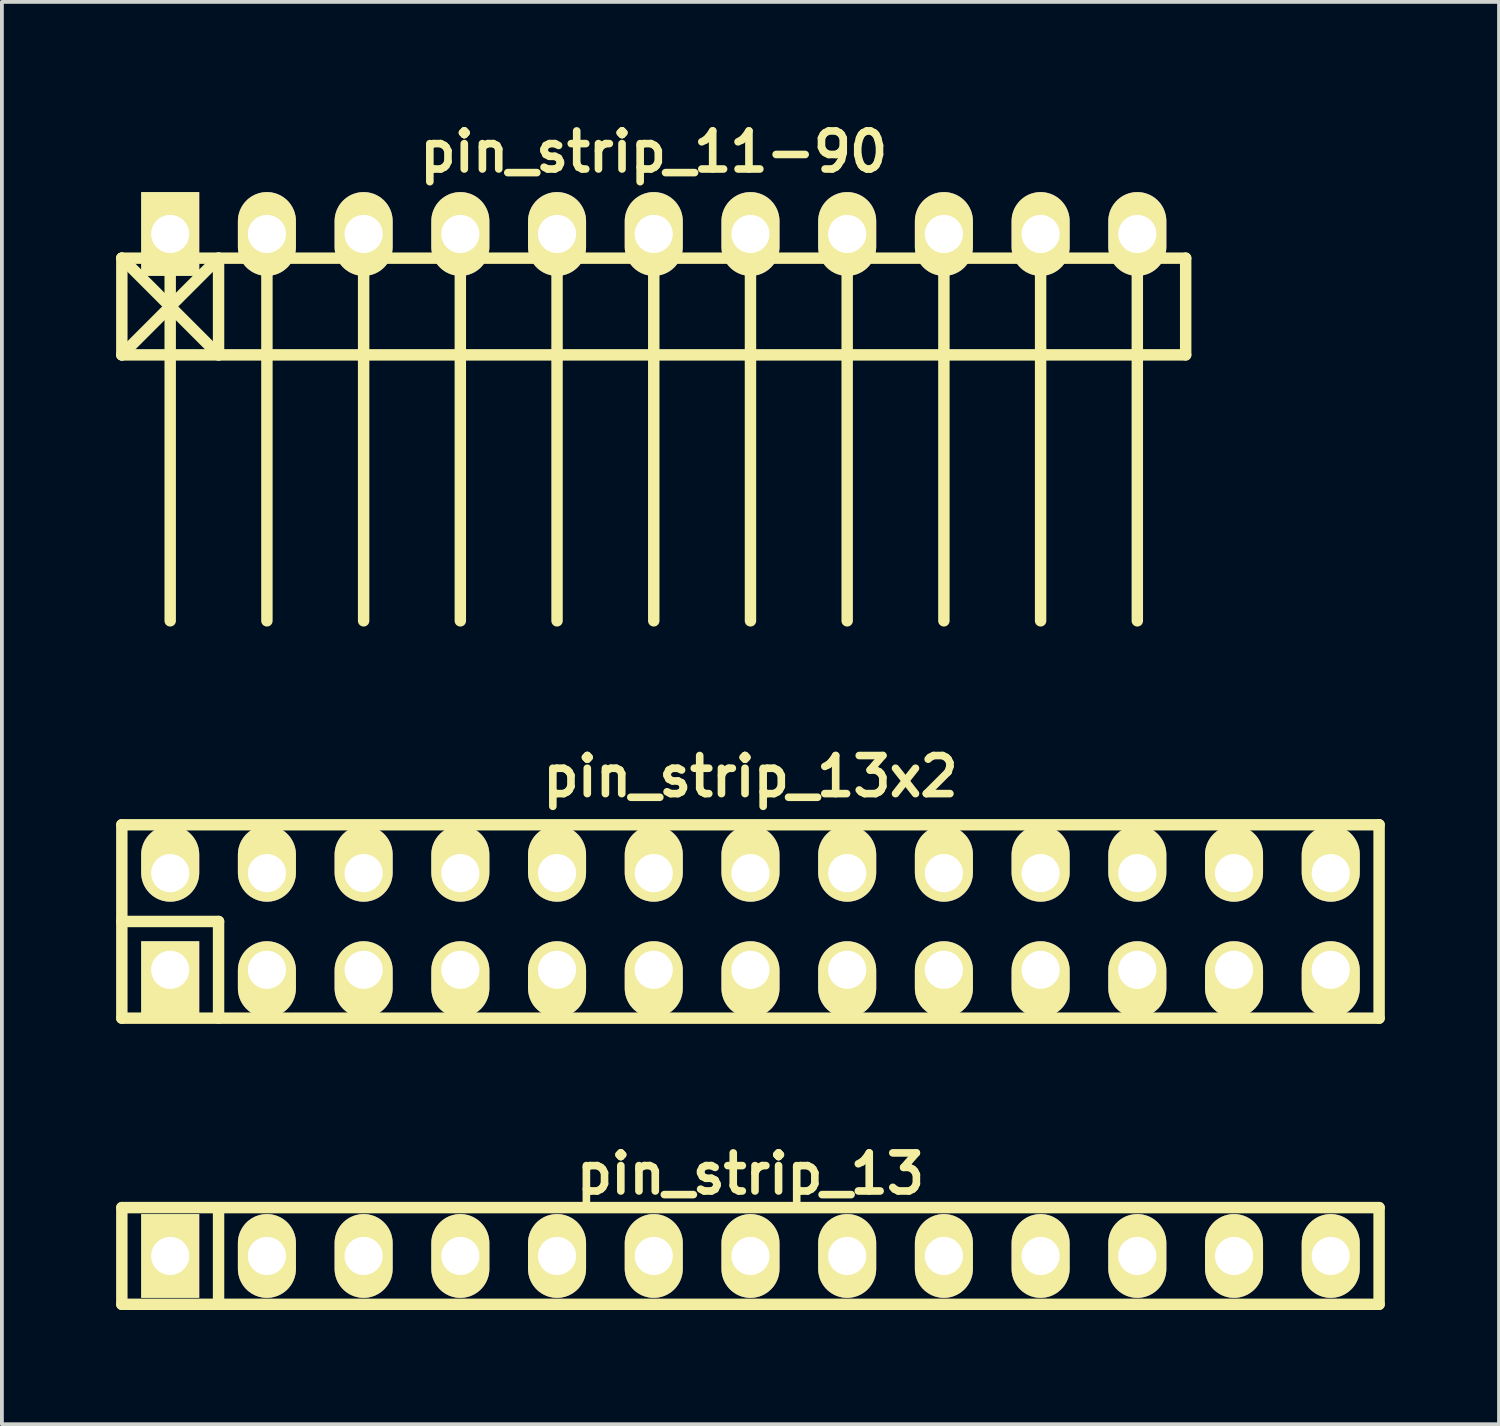
<source format=kicad_pcb>
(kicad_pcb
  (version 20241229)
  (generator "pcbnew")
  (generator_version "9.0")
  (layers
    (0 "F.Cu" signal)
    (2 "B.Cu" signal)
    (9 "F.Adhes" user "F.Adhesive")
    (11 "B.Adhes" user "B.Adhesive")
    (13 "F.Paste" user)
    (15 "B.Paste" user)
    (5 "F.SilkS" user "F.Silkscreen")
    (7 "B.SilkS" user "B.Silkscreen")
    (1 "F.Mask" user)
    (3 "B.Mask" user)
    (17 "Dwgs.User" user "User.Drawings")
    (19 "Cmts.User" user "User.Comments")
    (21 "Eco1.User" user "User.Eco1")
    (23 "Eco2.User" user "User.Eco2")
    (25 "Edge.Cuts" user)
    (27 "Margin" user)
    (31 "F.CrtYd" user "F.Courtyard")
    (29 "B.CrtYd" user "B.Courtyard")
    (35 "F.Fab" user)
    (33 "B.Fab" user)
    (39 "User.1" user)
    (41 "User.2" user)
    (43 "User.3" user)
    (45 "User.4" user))
  (footprint "pin_strip_13"
    (layer "F.Cu")
    (at 16.66 29.936)
    (property "Reference" "pin_strip_13" (at 0 -2.159 0) (layer "F.SilkS") (effects (font (size 1 1) (thickness 0.2))))
    (attr through_hole)
    (fp_line (start -16.51 -1.27) (end 16.51 -1.27) (stroke (width 0.3) (type solid)) (layer "F.SilkS"))
    (fp_line (start -16.51 1.27) (end -16.51 -1.27) (stroke (width 0.3) (type solid)) (layer "F.SilkS"))
    (fp_line (start -13.97 -1.27) (end -13.97 1.27) (stroke (width 0.3) (type solid)) (layer "F.SilkS"))
    (fp_line (start 16.51 -1.27) (end 16.51 1.27) (stroke (width 0.3) (type solid)) (layer "F.SilkS"))
    (fp_line (start 16.51 1.27) (end -16.51 1.27) (stroke (width 0.3) (type solid)) (layer "F.SilkS"))
    (pad "1" thru_hole rect (at -15.24 0) (size 1.524 2.2) (drill 1.001) (layers "*.Cu" "*.Mask" "F.SilkS"))
    (pad "2" thru_hole oval (at -12.7 0) (size 1.524 2.2) (drill 1.001) (layers "*.Cu" "*.Mask" "F.SilkS"))
    (pad "3" thru_hole oval (at -10.16 0) (size 1.524 2.2) (drill 1.001) (layers "*.Cu" "*.Mask" "F.SilkS"))
    (pad "4" thru_hole oval (at -7.62 0) (size 1.524 2.2) (drill 1.001) (layers "*.Cu" "*.Mask" "F.SilkS"))
    (pad "5" thru_hole oval (at -5.08 0) (size 1.524 2.2) (drill 1.001) (layers "*.Cu" "*.Mask" "F.SilkS"))
    (pad "6" thru_hole oval (at -2.54 0) (size 1.524 2.2) (drill 1.001) (layers "*.Cu" "*.Mask" "F.SilkS"))
    (pad "7" thru_hole oval (at 0 0) (size 1.524 2.2) (drill 1.001) (layers "*.Cu" "*.Mask" "F.SilkS"))
    (pad "8" thru_hole oval (at 2.54 0) (size 1.524 2.2) (drill 1.001) (layers "*.Cu" "*.Mask" "F.SilkS"))
    (pad "9" thru_hole oval (at 5.08 0) (size 1.524 2.2) (drill 1.001) (layers "*.Cu" "*.Mask" "F.SilkS"))
    (pad "10" thru_hole oval (at 7.62 0) (size 1.524 2.2) (drill 1.001) (layers "*.Cu" "*.Mask" "F.SilkS"))
    (pad "11" thru_hole oval (at 10.16 0) (size 1.524 2.2) (drill 1.001) (layers "*.Cu" "*.Mask" "F.SilkS"))
    (pad "12" thru_hole oval (at 12.7 0) (size 1.524 2.2) (drill 1.001) (layers "*.Cu" "*.Mask" "F.SilkS"))
    (pad "13" thru_hole oval (at 15.24 0) (size 1.524 2.2) (drill 1.001) (layers "*.Cu" "*.Mask" "F.SilkS")))
  (footprint "pin_strip_11-90"
    (layer "F.Cu")
    (at 14.12 3.095)
    (property "Reference" "pin_strip_11-90" (at 0 -2.159 0) (layer "F.SilkS") (effects (font (size 1 1) (thickness 0.2))))
    (attr through_hole)
    (fp_line (start -13.97 0.635) (end 13.97 0.635) (stroke (width 0.3) (type solid)) (layer "F.SilkS"))
    (fp_line (start -13.97 3.175) (end -13.97 0.635) (stroke (width 0.3) (type solid)) (layer "F.SilkS"))
    (fp_line (start -13.97 3.175) (end -11.43 0.635) (stroke (width 0.3) (type solid)) (layer "F.SilkS"))
    (fp_line (start -12.7 0) (end -12.7 10.16) (stroke (width 0.3) (type solid)) (layer "F.SilkS"))
    (fp_line (start -11.43 0.635) (end -11.43 3.175) (stroke (width 0.3) (type solid)) (layer "F.SilkS"))
    (fp_line (start -11.43 3.175) (end -13.97 0.635) (stroke (width 0.3) (type solid)) (layer "F.SilkS"))
    (fp_line (start -10.16 0) (end -10.16 10.16) (stroke (width 0.3) (type solid)) (layer "F.SilkS"))
    (fp_line (start -7.62 10.16) (end -7.62 0) (stroke (width 0.3) (type solid)) (layer "F.SilkS"))
    (fp_line (start -5.08 0) (end -5.08 10.16) (stroke (width 0.3) (type solid)) (layer "F.SilkS"))
    (fp_line (start -2.54 0) (end -2.54 10.16) (stroke (width 0.3) (type solid)) (layer "F.SilkS"))
    (fp_line (start 0 0) (end 0 10.16) (stroke (width 0.3) (type solid)) (layer "F.SilkS"))
    (fp_line (start 2.54 0) (end 2.54 10.16) (stroke (width 0.3) (type solid)) (layer "F.SilkS"))
    (fp_line (start 5.08 0) (end 5.08 10.16) (stroke (width 0.3) (type solid)) (layer "F.SilkS"))
    (fp_line (start 7.62 0) (end 7.62 10.16) (stroke (width 0.3) (type solid)) (layer "F.SilkS"))
    (fp_line (start 10.16 0) (end 10.16 10.16) (stroke (width 0.3) (type solid)) (layer "F.SilkS"))
    (fp_line (start 12.7 0) (end 12.7 10.16) (stroke (width 0.3) (type solid)) (layer "F.SilkS"))
    (fp_line (start 13.97 0.635) (end 13.97 3.175) (stroke (width 0.3) (type solid)) (layer "F.SilkS"))
    (fp_line (start 13.97 3.175) (end -13.97 3.175) (stroke (width 0.3) (type solid)) (layer "F.SilkS"))
    (pad "1" thru_hole rect (at -12.7 0) (size 1.524 2.2) (drill 1.001) (layers "*.Cu" "*.Mask" "F.SilkS"))
    (pad "2" thru_hole oval (at -10.16 0) (size 1.524 2.2) (drill 1.001) (layers "*.Cu" "*.Mask" "F.SilkS"))
    (pad "3" thru_hole oval (at -7.62 0) (size 1.524 2.2) (drill 1.001) (layers "*.Cu" "*.Mask" "F.SilkS"))
    (pad "4" thru_hole oval (at -5.08 0) (size 1.524 2.2) (drill 1.001) (layers "*.Cu" "*.Mask" "F.SilkS"))
    (pad "5" thru_hole oval (at -2.54 0) (size 1.524 2.2) (drill 1.001) (layers "*.Cu" "*.Mask" "F.SilkS"))
    (pad "6" thru_hole oval (at 0 0) (size 1.524 2.2) (drill 1.001) (layers "*.Cu" "*.Mask" "F.SilkS"))
    (pad "7" thru_hole oval (at 2.54 0) (size 1.524 2.2) (drill 1.001) (layers "*.Cu" "*.Mask" "F.SilkS"))
    (pad "8" thru_hole oval (at 5.08 0) (size 1.524 2.2) (drill 1.001) (layers "*.Cu" "*.Mask" "F.SilkS"))
    (pad "9" thru_hole oval (at 7.62 0) (size 1.524 2.2) (drill 1.001) (layers "*.Cu" "*.Mask" "F.SilkS"))
    (pad "10" thru_hole oval (at 10.16 0) (size 1.524 2.2) (drill 1.001) (layers "*.Cu" "*.Mask" "F.SilkS"))
    (pad "11" thru_hole oval (at 12.7 0) (size 1.524 2.2) (drill 1.001) (layers "*.Cu" "*.Mask" "F.SilkS")))
  (footprint "pin_strip_13x2"
    (layer "F.Cu")
    (at 16.66 21.151)
    (property "Reference" "pin_strip_13x2" (at 0 -3.81 0) (layer "F.SilkS") (effects (font (size 1 1) (thickness 0.2))))
    (attr through_hole)
    (fp_line (start -16.51 -2.54) (end -16.51 2.54) (stroke (width 0.3) (type solid)) (layer "F.SilkS"))
    (fp_line (start -16.51 -2.54) (end 16.51 -2.54) (stroke (width 0.3) (type solid)) (layer "F.SilkS"))
    (fp_line (start -16.51 0) (end -13.97 0) (stroke (width 0.3) (type solid)) (layer "F.SilkS"))
    (fp_line (start -13.97 0) (end -13.97 2.54) (stroke (width 0.3) (type solid)) (layer "F.SilkS"))
    (fp_line (start 16.51 2.54) (end -16.51 2.54) (stroke (width 0.3) (type solid)) (layer "F.SilkS"))
    (fp_line (start 16.51 2.54) (end 16.51 -2.54) (stroke (width 0.3) (type solid)) (layer "F.SilkS"))
    (pad "1" thru_hole rect (at -15.24 1.27) (size 1.524 1.999) (drill 1.001 (offset 0 0.249)) (layers "*.Cu" "*.Mask" "F.SilkS"))
    (pad "2" thru_hole oval (at -15.24 -1.27) (size 1.524 1.999) (drill 1.001 (offset 0 -0.249)) (layers "*.Cu" "*.Mask" "F.SilkS"))
    (pad "3" thru_hole oval (at -12.7 1.27) (size 1.524 1.999) (drill 1.001 (offset 0 0.249)) (layers "*.Cu" "*.Mask" "F.SilkS"))
    (pad "4" thru_hole oval (at -12.7 -1.27) (size 1.524 1.999) (drill 1.001 (offset 0 -0.249)) (layers "*.Cu" "*.Mask" "F.SilkS"))
    (pad "5" thru_hole oval (at -10.16 1.27) (size 1.524 1.999) (drill 1.001 (offset 0 0.249)) (layers "*.Cu" "*.Mask" "F.SilkS"))
    (pad "6" thru_hole oval (at -10.16 -1.27) (size 1.524 1.999) (drill 1.001 (offset 0 -0.249)) (layers "*.Cu" "*.Mask" "F.SilkS"))
    (pad "7" thru_hole oval (at -7.62 1.27) (size 1.524 1.999) (drill 1.001 (offset 0 0.249)) (layers "*.Cu" "*.Mask" "F.SilkS"))
    (pad "8" thru_hole oval (at -7.62 -1.27) (size 1.524 1.999) (drill 1.001 (offset 0 -0.249)) (layers "*.Cu" "*.Mask" "F.SilkS"))
    (pad "9" thru_hole oval (at -5.08 1.27) (size 1.524 1.999) (drill 1.001 (offset 0 0.249)) (layers "*.Cu" "*.Mask" "F.SilkS"))
    (pad "10" thru_hole oval (at -5.08 -1.27) (size 1.524 1.999) (drill 1.001 (offset 0 -0.249)) (layers "*.Cu" "*.Mask" "F.SilkS"))
    (pad "11" thru_hole oval (at -2.54 1.27) (size 1.524 1.999) (drill 1.001 (offset 0 0.249)) (layers "*.Cu" "*.Mask" "F.SilkS"))
    (pad "12" thru_hole oval (at -2.54 -1.27) (size 1.524 1.999) (drill 1.001 (offset 0 -0.249)) (layers "*.Cu" "*.Mask" "F.SilkS"))
    (pad "13" thru_hole oval (at 0 1.27) (size 1.524 1.999) (drill 1.001 (offset 0 0.249)) (layers "*.Cu" "*.Mask" "F.SilkS"))
    (pad "14" thru_hole oval (at 0 -1.27) (size 1.524 1.999) (drill 1.001 (offset 0 -0.249)) (layers "*.Cu" "*.Mask" "F.SilkS"))
    (pad "15" thru_hole oval (at 2.54 1.27) (size 1.524 1.999) (drill 1.001 (offset 0 0.249)) (layers "*.Cu" "*.Mask" "F.SilkS"))
    (pad "16" thru_hole oval (at 2.54 -1.27) (size 1.524 1.999) (drill 1.001 (offset 0 -0.249)) (layers "*.Cu" "*.Mask" "F.SilkS"))
    (pad "17" thru_hole oval (at 5.08 1.27) (size 1.524 1.999) (drill 1.001 (offset 0 0.249)) (layers "*.Cu" "*.Mask" "F.SilkS"))
    (pad "18" thru_hole oval (at 5.08 -1.27) (size 1.524 1.999) (drill 1.001 (offset 0 -0.249)) (layers "*.Cu" "*.Mask" "F.SilkS"))
    (pad "19" thru_hole oval (at 7.62 1.27) (size 1.524 1.999) (drill 1.001 (offset 0 0.249)) (layers "*.Cu" "*.Mask" "F.SilkS"))
    (pad "20" thru_hole oval (at 7.62 -1.27) (size 1.524 1.999) (drill 1.001 (offset 0 -0.249)) (layers "*.Cu" "*.Mask" "F.SilkS"))
    (pad "21" thru_hole oval (at 10.16 1.27) (size 1.524 1.999) (drill 1.001 (offset 0 0.249)) (layers "*.Cu" "*.Mask" "F.SilkS"))
    (pad "22" thru_hole oval (at 10.16 -1.27) (size 1.524 1.999) (drill 1.001 (offset 0 -0.249)) (layers "*.Cu" "*.Mask" "F.SilkS"))
    (pad "23" thru_hole oval (at 12.7 1.27) (size 1.524 1.999) (drill 1.001 (offset 0 0.249)) (layers "*.Cu" "*.Mask" "F.SilkS"))
    (pad "24" thru_hole oval (at 12.7 -1.27) (size 1.524 1.999) (drill 1.001 (offset 0 -0.249)) (layers "*.Cu" "*.Mask" "F.SilkS"))
    (pad "25" thru_hole oval (at 15.24 1.27) (size 1.524 1.999) (drill 1.001 (offset 0 0.249)) (layers "*.Cu" "*.Mask" "F.SilkS"))
    (pad "26" thru_hole oval (at 15.24 -1.27) (size 1.524 1.999) (drill 1.001 (offset 0 -0.249)) (layers "*.Cu" "*.Mask" "F.SilkS")))
  (gr_rect
    (start -3 -3)
    (end 36.32 34.356)
    (stroke (width 0.1) (type default))
    (fill no)
    (layer "Edge.Cuts")))
</source>
